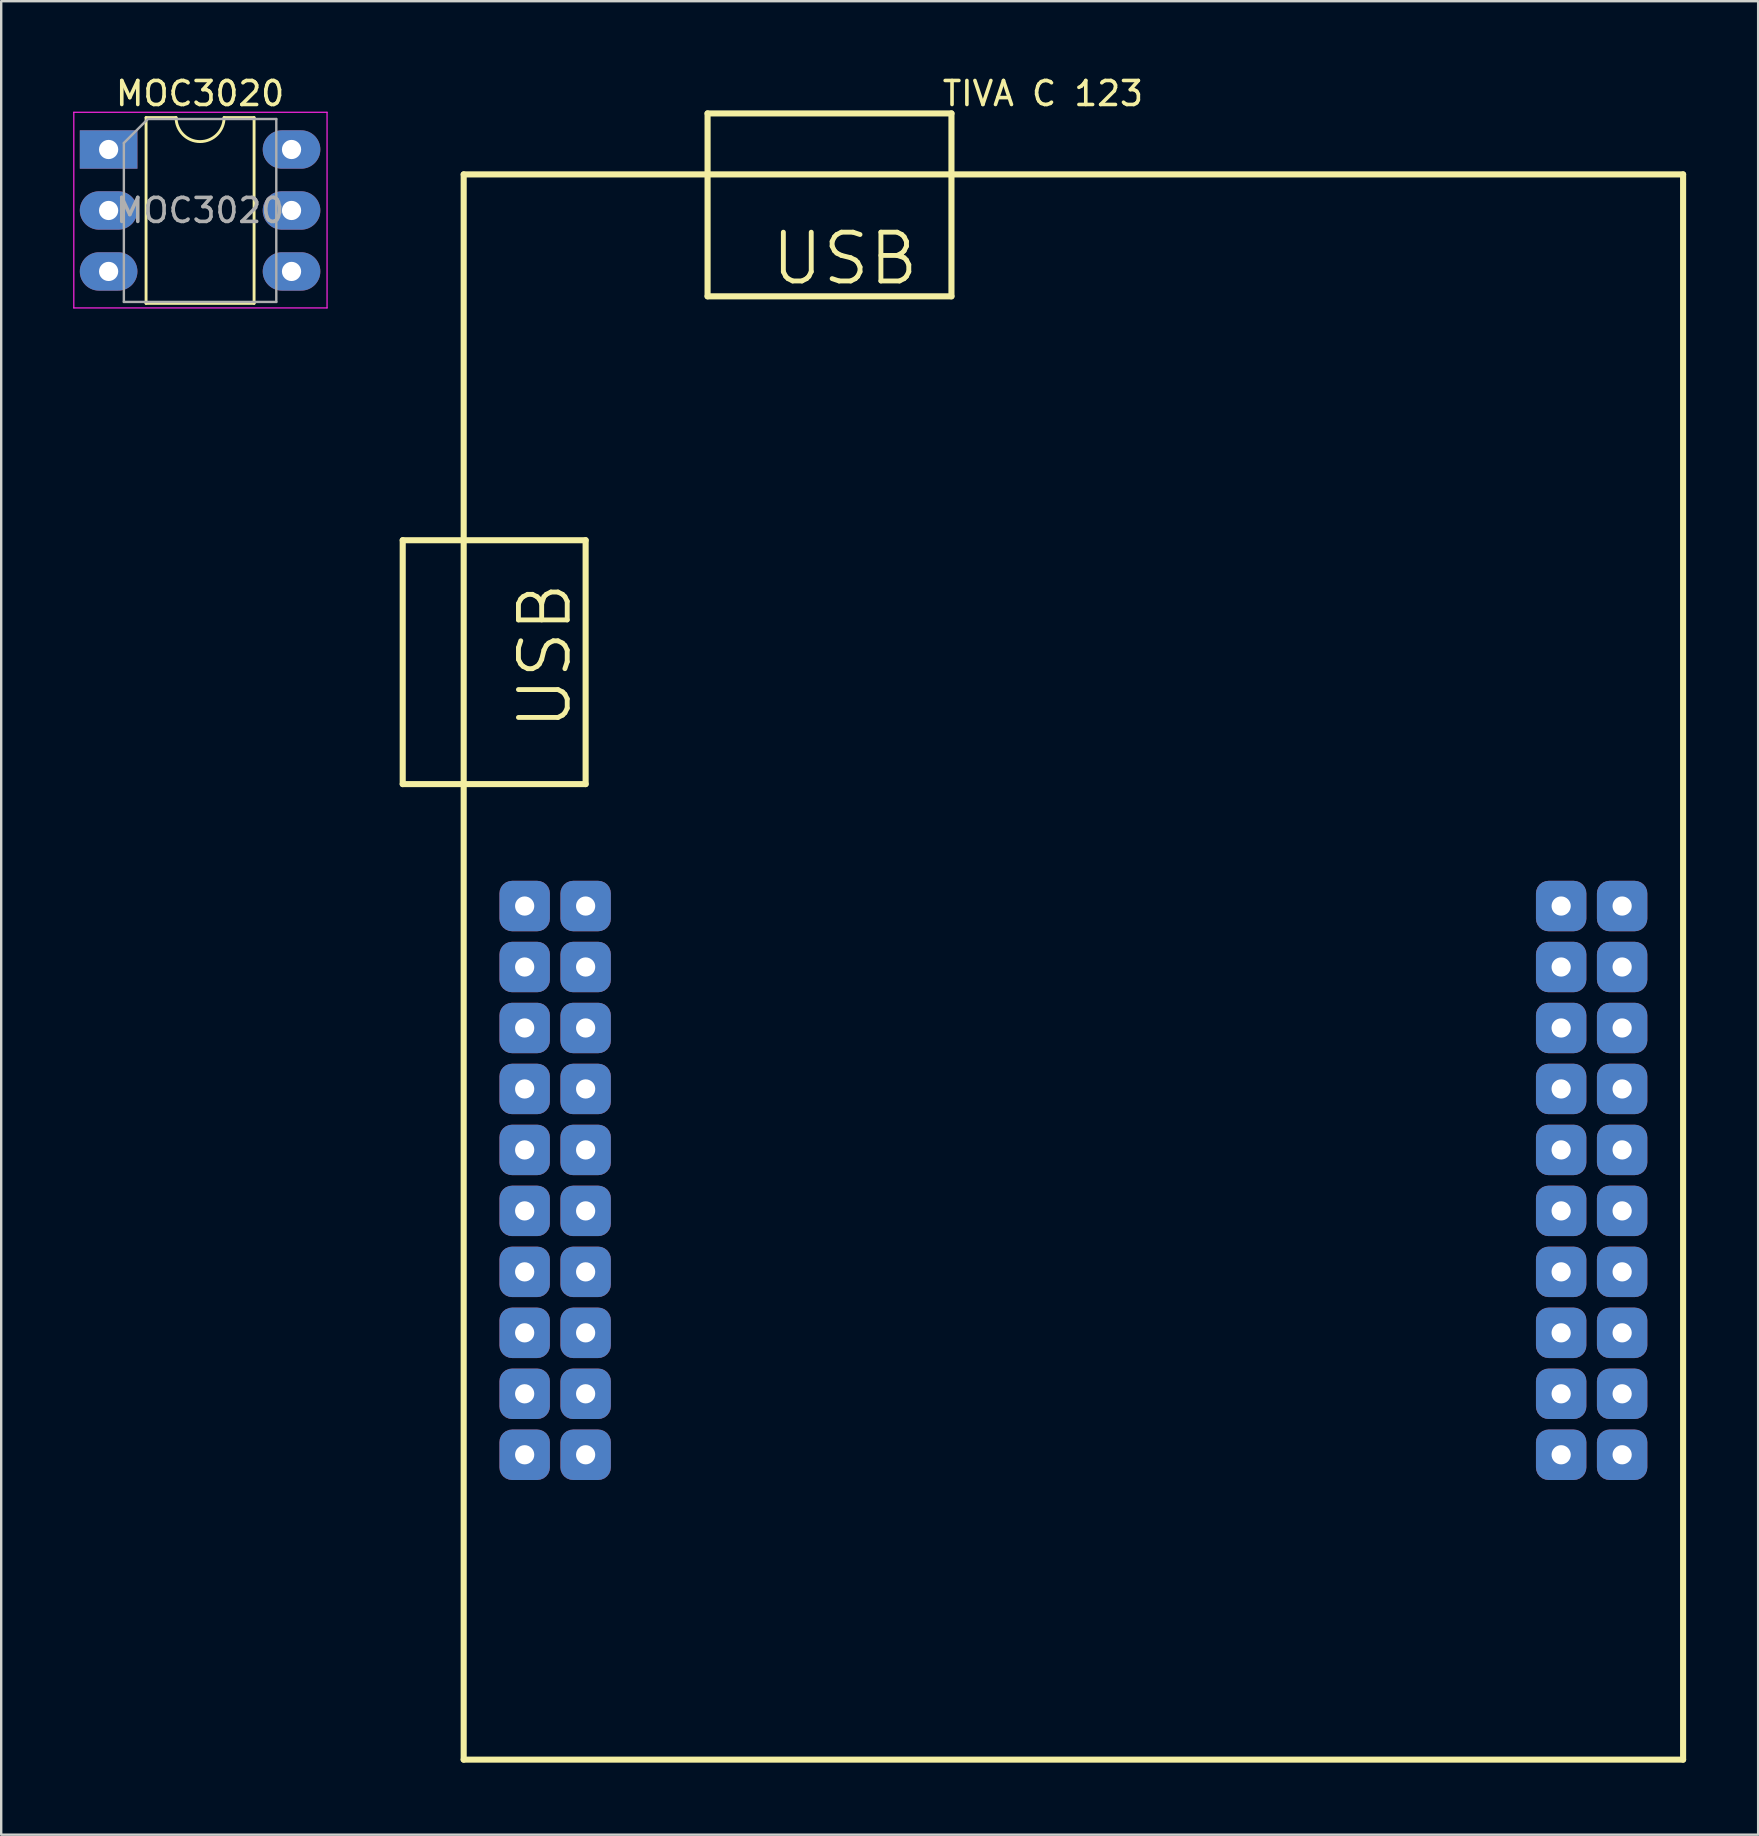
<source format=kicad_pcb>
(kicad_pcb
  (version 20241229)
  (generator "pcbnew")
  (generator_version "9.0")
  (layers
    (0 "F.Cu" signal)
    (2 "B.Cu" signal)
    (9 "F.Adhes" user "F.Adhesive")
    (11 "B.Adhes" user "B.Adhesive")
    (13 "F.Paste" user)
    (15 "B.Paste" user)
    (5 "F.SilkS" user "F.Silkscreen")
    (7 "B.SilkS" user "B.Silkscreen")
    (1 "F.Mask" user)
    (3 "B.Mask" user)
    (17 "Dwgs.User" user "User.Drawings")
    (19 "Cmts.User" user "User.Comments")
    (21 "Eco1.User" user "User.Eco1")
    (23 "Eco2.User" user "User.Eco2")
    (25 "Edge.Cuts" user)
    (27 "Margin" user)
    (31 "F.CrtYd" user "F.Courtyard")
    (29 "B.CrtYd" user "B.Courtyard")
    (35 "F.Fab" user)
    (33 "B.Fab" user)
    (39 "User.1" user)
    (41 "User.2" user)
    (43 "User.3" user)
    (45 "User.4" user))
  (footprint "MOC3020"
    (layer "F.Cu")
    (at 1.475 3.178)
    (property "Reference" "MOC3020" (at 3.81 -2.33 0) (layer "F.SilkS") (effects (font (size 1 1) (thickness 0.15))))
    (attr through_hole)
    (fp_line (start 1.56 -1.33) (end 1.56 6.41) (stroke (width 0.12) (type solid)) (layer "F.SilkS"))
    (fp_line (start 1.56 6.41) (end 6.06 6.41) (stroke (width 0.12) (type solid)) (layer "F.SilkS"))
    (fp_line (start 2.81 -1.33) (end 1.56 -1.33) (stroke (width 0.12) (type solid)) (layer "F.SilkS"))
    (fp_line (start 6.06 -1.33) (end 4.81 -1.33) (stroke (width 0.12) (type solid)) (layer "F.SilkS"))
    (fp_line (start 6.06 6.41) (end 6.06 -1.33) (stroke (width 0.12) (type solid)) (layer "F.SilkS"))
    (fp_arc (start 4.81 -1.33) (mid 3.81 -0.33) (end 2.81 -1.33) (stroke (width 0.12) (type solid)) (layer "F.SilkS"))
    (fp_line (start -1.45 -1.55) (end -1.45 6.6) (stroke (width 0.05) (type solid)) (layer "F.CrtYd"))
    (fp_line (start -1.45 6.6) (end 9.1 6.6) (stroke (width 0.05) (type solid)) (layer "F.CrtYd"))
    (fp_line (start 9.1 -1.55) (end -1.45 -1.55) (stroke (width 0.05) (type solid)) (layer "F.CrtYd"))
    (fp_line (start 9.1 6.6) (end 9.1 -1.55) (stroke (width 0.05) (type solid)) (layer "F.CrtYd"))
    (fp_line (start 0.635 -0.27) (end 1.635 -1.27) (stroke (width 0.1) (type solid)) (layer "F.Fab"))
    (fp_line (start 0.635 6.35) (end 0.635 -0.27) (stroke (width 0.1) (type solid)) (layer "F.Fab"))
    (fp_line (start 1.635 -1.27) (end 6.985 -1.27) (stroke (width 0.1) (type solid)) (layer "F.Fab"))
    (fp_line (start 6.985 -1.27) (end 6.985 6.35) (stroke (width 0.1) (type solid)) (layer "F.Fab"))
    (fp_line (start 6.985 6.35) (end 0.635 6.35) (stroke (width 0.1) (type solid)) (layer "F.Fab"))
    (fp_text user "${REFERENCE}" (at 3.81 2.54 0) (layer "F.Fab") (effects (font (size 1 1) (thickness 0.15))))
    (pad "1" thru_hole rect (at 0 0) (size 2.4 1.6) (drill 0.8) (layers "*.Cu" "*.Mask"))
    (pad "2" thru_hole oval (at 0 2.54) (size 2.4 1.6) (drill 0.8) (layers "*.Cu" "*.Mask"))
    (pad "3" thru_hole oval (at 0 5.08) (size 2.4 1.6) (drill 0.8) (layers "*.Cu" "*.Mask"))
    (pad "4" thru_hole oval (at 7.62 5.08) (size 2.4 1.6) (drill 0.8) (layers "*.Cu" "*.Mask"))
    (pad "5" thru_hole oval (at 7.62 2.54) (size 2.4 1.6) (drill 0.8) (layers "*.Cu" "*.Mask"))
    (pad "6" thru_hole oval (at 7.62 0) (size 2.4 1.6) (drill 0.8) (layers "*.Cu" "*.Mask")))
  (footprint "TIVA C 123"
    (layer "F.Cu")
    (at 18.807 65.175)
    (property "Reference" "TIVA C 123" (at 21.59 -64.327 0) (unlocked yes) (layer "F.SilkS") (effects (font (size 1 1) (thickness 0.15))))
    (fp_line (start -5.08 -45.72) (end 2.54 -45.72) (stroke (width 0.254) (type solid)) (layer "F.SilkS"))
    (fp_line (start -5.08 -35.56) (end -5.08 -45.72) (stroke (width 0.254) (type solid)) (layer "F.SilkS"))
    (fp_line (start -5.08 -35.56) (end 2.54 -35.56) (stroke (width 0.254) (type solid)) (layer "F.SilkS"))
    (fp_line (start -2.54 -60.96) (end 48.26 -60.96) (stroke (width 0.254) (type solid)) (layer "F.SilkS"))
    (fp_line (start -2.54 5.08) (end -2.54 -60.96) (stroke (width 0.254) (type solid)) (layer "F.SilkS"))
    (fp_line (start -2.54 5.08) (end 48.26 5.08) (stroke (width 0.254) (type solid)) (layer "F.SilkS"))
    (fp_line (start 2.54 -35.56) (end 2.54 -45.72) (stroke (width 0.254) (type solid)) (layer "F.SilkS"))
    (fp_line (start 7.62 -63.5) (end 17.78 -63.5) (stroke (width 0.254) (type solid)) (layer "F.SilkS"))
    (fp_line (start 7.62 -55.88) (end 7.62 -63.5) (stroke (width 0.254) (type solid)) (layer "F.SilkS"))
    (fp_line (start 7.62 -55.88) (end 17.78 -55.88) (stroke (width 0.254) (type solid)) (layer "F.SilkS"))
    (fp_line (start 17.78 -55.88) (end 17.78 -63.5) (stroke (width 0.254) (type solid)) (layer "F.SilkS"))
    (fp_line (start 48.26 5.08) (end 48.26 -60.96) (stroke (width 0.254) (type solid)) (layer "F.SilkS"))
    (fp_line (start 22.606 -29.337) (end 22.606 -29.337) (stroke (width 0.003) (type solid)) (layer "Eco2.User"))
    (fp_text user "USB" (at 2.032 -37.719 90) (unlocked yes) (layer "F.SilkS") (effects (font (size 2.032 2.032) (thickness 0.203)) (justify left bottom)))
    (fp_text user "USB" (at 10.16 -56.261 0) (unlocked yes) (layer "F.SilkS") (effects (font (size 2.032 2.032) (thickness 0.203)) (justify left bottom)))
    (pad "3.3V" thru_hole roundrect (at 0 -30.48) (size 2.1 2.1) (drill 0.8) (layers "*.Cu" "*.Mask") (roundrect_rratio 0.25))
    (pad "5V" thru_hole roundrect (at 2.54 -30.48) (size 2.1 2.1) (drill 0.8) (layers "*.Cu" "*.Mask") (roundrect_rratio 0.25))
    (pad "GND" thru_hole roundrect (at 2.54 -27.94) (size 2.1 2.1) (drill 0.8) (layers "*.Cu" "*.Mask") (roundrect_rratio 0.25))
    (pad "GND" thru_hole roundrect (at 45.72 -30.48) (size 2.1 2.1) (drill 0.8) (layers "*.Cu" "*.Mask") (roundrect_rratio 0.25))
    (pad "PA2" thru_hole roundrect (at 45.72 -7.62) (size 2.1 2.1) (drill 0.8) (layers "*.Cu" "*.Mask") (roundrect_rratio 0.25))
    (pad "PA3" thru_hole roundrect (at 45.72 -10.16) (size 2.1 2.1) (drill 0.8) (layers "*.Cu" "*.Mask") (roundrect_rratio 0.25))
    (pad "PA4" thru_hole roundrect (at 45.72 -12.7) (size 2.1 2.1) (drill 0.8) (layers "*.Cu" "*.Mask") (roundrect_rratio 0.25))
    (pad "PA5" thru_hole roundrect (at 0 -12.7) (size 2.1 2.1) (drill 0.8) (layers "*.Cu" "*.Mask") (roundrect_rratio 0.25))
    (pad "PA6" thru_hole roundrect (at 0 -10.16) (size 2.1 2.1) (drill 0.8) (layers "*.Cu" "*.Mask") (roundrect_rratio 0.25))
    (pad "PA7" thru_hole roundrect (at 0 -7.62) (size 2.1 2.1) (drill 0.8) (layers "*.Cu" "*.Mask") (roundrect_rratio 0.25))
    (pad "PB0" thru_hole roundrect (at 0 -25.4) (size 2.1 2.1) (drill 0.8) (layers "*.Cu" "*.Mask") (roundrect_rratio 0.25))
    (pad "PB1" thru_hole roundrect (at 0 -22.86) (size 2.1 2.1) (drill 0.8) (layers "*.Cu" "*.Mask") (roundrect_rratio 0.25))
    (pad "PB2" thru_hole roundrect (at 45.72 -27.94) (size 2.1 2.1) (drill 0.8) (layers "*.Cu" "*.Mask") (roundrect_rratio 0.25))
    (pad "PB3" thru_hole roundrect (at 43.18 -25.4) (size 2.1 2.1) (drill 0.8) (layers "*.Cu" "*.Mask") (roundrect_rratio 0.25))
    (pad "PB4" thru_hole roundrect (at 0 -15.24) (size 2.1 2.1) (drill 0.8) (layers "*.Cu" "*.Mask") (roundrect_rratio 0.25))
    (pad "PB5" thru_hole roundrect (at 0 -27.94) (size 2.1 2.1) (drill 0.8) (layers "*.Cu" "*.Mask") (roundrect_rratio 0.25))
    (pad "PB6" thru_hole roundrect (at 45.72 -15.24) (size 2.1 2.1) (drill 0.8) (layers "*.Cu" "*.Mask") (roundrect_rratio 0.25))
    (pad "PB7" thru_hole roundrect (at 45.72 -17.78) (size 2.1 2.1) (drill 0.8) (layers "*.Cu" "*.Mask") (roundrect_rratio 0.25))
    (pad "PC4" thru_hole roundrect (at 43.18 -22.86) (size 2.1 2.1) (drill 0.8) (layers "*.Cu" "*.Mask") (roundrect_rratio 0.25))
    (pad "PC5" thru_hole roundrect (at 43.18 -20.32) (size 2.1 2.1) (drill 0.8) (layers "*.Cu" "*.Mask") (roundrect_rratio 0.25))
    (pad "PC6" thru_hole roundrect (at 43.18 -17.78) (size 2.1 2.1) (drill 0.8) (layers "*.Cu" "*.Mask") (roundrect_rratio 0.25))
    (pad "PC7" thru_hole roundrect (at 43.18 -15.24) (size 2.1 2.1) (drill 0.8) (layers "*.Cu" "*.Mask") (roundrect_rratio 0.25))
    (pad "PD0" thru_hole roundrect (at 2.54 -25.4) (size 2.1 2.1) (drill 0.8) (layers "*.Cu" "*.Mask") (roundrect_rratio 0.25))
    (pad "PD1" thru_hole roundrect (at 2.54 -22.86) (size 2.1 2.1) (drill 0.8) (layers "*.Cu" "*.Mask") (roundrect_rratio 0.25))
    (pad "PD2" thru_hole roundrect (at 2.54 -20.32) (size 2.1 2.1) (drill 0.8) (layers "*.Cu" "*.Mask") (roundrect_rratio 0.25))
    (pad "PD3" thru_hole roundrect (at 2.54 -17.78) (size 2.1 2.1) (drill 0.8) (layers "*.Cu" "*.Mask") (roundrect_rratio 0.25))
    (pad "PD6" thru_hole roundrect (at 43.18 -12.7) (size 2.1 2.1) (drill 0.8) (layers "*.Cu" "*.Mask") (roundrect_rratio 0.25))
    (pad "PD7" thru_hole roundrect (at 43.18 -10.16) (size 2.1 2.1) (drill 0.8) (layers "*.Cu" "*.Mask") (roundrect_rratio 0.25))
    (pad "PE0" thru_hole roundrect (at 45.72 -25.4) (size 2.1 2.1) (drill 0.8) (layers "*.Cu" "*.Mask") (roundrect_rratio 0.25))
    (pad "PE1" thru_hole roundrect (at 2.54 -15.24) (size 2.1 2.1) (drill 0.8) (layers "*.Cu" "*.Mask") (roundrect_rratio 0.25))
    (pad "PE2" thru_hole roundrect (at 2.54 -12.7) (size 2.1 2.1) (drill 0.8) (layers "*.Cu" "*.Mask") (roundrect_rratio 0.25))
    (pad "PE3" thru_hole roundrect (at 2.54 -10.16) (size 2.1 2.1) (drill 0.8) (layers "*.Cu" "*.Mask") (roundrect_rratio 0.25))
    (pad "PE4" thru_hole roundrect (at 0 -20.32) (size 2.1 2.1) (drill 0.8) (layers "*.Cu" "*.Mask") (roundrect_rratio 0.25))
    (pad "PE5" thru_hole roundrect (at 0 -17.78) (size 2.1 2.1) (drill 0.8) (layers "*.Cu" "*.Mask") (roundrect_rratio 0.25))
    (pad "PF0" thru_hole roundrect (at 45.72 -22.86) (size 2.1 2.1) (drill 0.8) (layers "*.Cu" "*.Mask") (roundrect_rratio 0.25))
    (pad "PF1" thru_hole roundrect (at 2.54 -7.62) (size 2.1 2.1) (drill 0.8) (layers "*.Cu" "*.Mask") (roundrect_rratio 0.25))
    (pad "PF2" thru_hole roundrect (at 43.18 -30.48) (size 2.1 2.1) (drill 0.8) (layers "*.Cu" "*.Mask") (roundrect_rratio 0.25))
    (pad "PF3" thru_hole roundrect (at 43.18 -27.94) (size 2.1 2.1) (drill 0.8) (layers "*.Cu" "*.Mask") (roundrect_rratio 0.25))
    (pad "PF4" thru_hole roundrect (at 43.18 -7.62) (size 2.1 2.1) (drill 0.8) (layers "*.Cu" "*.Mask") (roundrect_rratio 0.25))
    (pad "RESET" thru_hole roundrect (at 45.72 -20.32) (size 2.1 2.1) (drill 0.8) (layers "*.Cu" "*.Mask") (roundrect_rratio 0.25)))
  (gr_rect
    (start -3 -3)
    (end 70.194 73.382)
    (stroke (width 0.1) (type default))
    (fill no)
    (layer "Edge.Cuts")))
</source>
